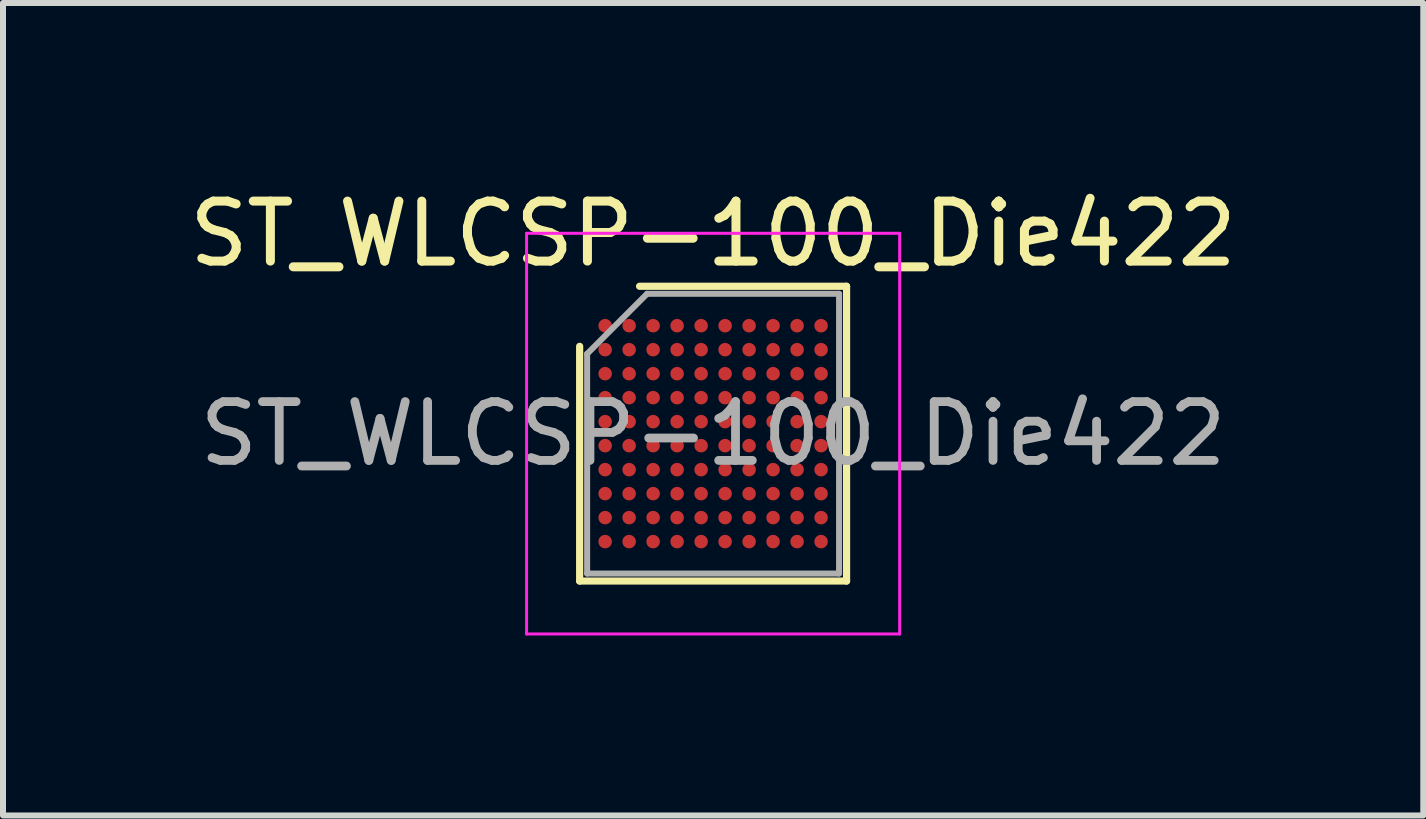
<source format=kicad_pcb>
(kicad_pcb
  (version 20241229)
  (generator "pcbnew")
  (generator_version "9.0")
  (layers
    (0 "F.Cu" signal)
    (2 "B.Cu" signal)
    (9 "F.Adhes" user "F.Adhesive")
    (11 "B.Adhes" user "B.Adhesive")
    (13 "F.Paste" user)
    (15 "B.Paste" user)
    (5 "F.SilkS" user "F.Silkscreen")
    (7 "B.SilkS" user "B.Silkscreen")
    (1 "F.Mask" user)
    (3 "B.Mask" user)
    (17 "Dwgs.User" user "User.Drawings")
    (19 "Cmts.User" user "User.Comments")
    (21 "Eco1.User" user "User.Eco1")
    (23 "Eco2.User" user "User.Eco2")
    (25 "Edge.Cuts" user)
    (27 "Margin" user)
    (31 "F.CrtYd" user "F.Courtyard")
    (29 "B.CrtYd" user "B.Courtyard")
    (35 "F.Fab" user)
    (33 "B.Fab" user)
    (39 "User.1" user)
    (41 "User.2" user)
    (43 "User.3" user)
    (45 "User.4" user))
  (footprint "ST_WLCSP-100_Die422"
    (layer "F.Cu")
    (at 8.839 4.18)
    (property "Reference" "ST_WLCSP-100_Die422" (at 0 -3.332 0) (layer "F.SilkS") (effects (font (size 1 1) (thickness 0.15))))
    (attr smd)
    (fp_line (start -2.225 2.457) (end -2.225 -1.456) (stroke (width 0.12) (type solid)) (layer "F.SilkS"))
    (fp_line (start -1.226 -2.457) (end 2.225 -2.457) (stroke (width 0.12) (type solid)) (layer "F.SilkS"))
    (fp_line (start 2.225 -2.457) (end 2.225 2.457) (stroke (width 0.12) (type solid)) (layer "F.SilkS"))
    (fp_line (start 2.225 2.457) (end -2.225 2.457) (stroke (width 0.12) (type solid)) (layer "F.SilkS"))
    (fp_line (start -3.11 -3.34) (end -3.11 3.34) (stroke (width 0.05) (type solid)) (layer "F.CrtYd"))
    (fp_line (start -3.11 3.34) (end 3.11 3.34) (stroke (width 0.05) (type solid)) (layer "F.CrtYd"))
    (fp_line (start 3.11 -3.34) (end -3.11 -3.34) (stroke (width 0.05) (type solid)) (layer "F.CrtYd"))
    (fp_line (start 3.11 3.34) (end 3.11 -3.34) (stroke (width 0.05) (type solid)) (layer "F.CrtYd"))
    (fp_line (start -2.1 -1.331) (end -1.101 -2.332) (stroke (width 0.1) (type solid)) (layer "F.Fab"))
    (fp_line (start -2.1 2.332) (end -2.1 -1.331) (stroke (width 0.1) (type solid)) (layer "F.Fab"))
    (fp_line (start -1.101 -2.332) (end 2.1 -2.332) (stroke (width 0.1) (type solid)) (layer "F.Fab"))
    (fp_line (start 2.1 -2.332) (end 2.1 2.332) (stroke (width 0.1) (type solid)) (layer "F.Fab"))
    (fp_line (start 2.1 2.332) (end -2.1 2.332) (stroke (width 0.1) (type solid)) (layer "F.Fab"))
    (fp_text user "${REFERENCE}" (at 0 0 0) (layer "F.Fab") (effects (font (size 0.98 0.98) (thickness 0.147))))
    (pad "A1" smd circle (at -1.8 -1.8) (size 0.225 0.225) (layers "F.Cu" "F.Mask" "F.Paste"))
    (pad "A2" smd circle (at -1.4 -1.8) (size 0.225 0.225) (layers "F.Cu" "F.Mask" "F.Paste"))
    (pad "A3" smd circle (at -1 -1.8) (size 0.225 0.225) (layers "F.Cu" "F.Mask" "F.Paste"))
    (pad "A4" smd circle (at -0.6 -1.8) (size 0.225 0.225) (layers "F.Cu" "F.Mask" "F.Paste"))
    (pad "A5" smd circle (at -0.2 -1.8) (size 0.225 0.225) (layers "F.Cu" "F.Mask" "F.Paste"))
    (pad "A6" smd circle (at 0.2 -1.8) (size 0.225 0.225) (layers "F.Cu" "F.Mask" "F.Paste"))
    (pad "A7" smd circle (at 0.6 -1.8) (size 0.225 0.225) (layers "F.Cu" "F.Mask" "F.Paste"))
    (pad "A8" smd circle (at 1 -1.8) (size 0.225 0.225) (layers "F.Cu" "F.Mask" "F.Paste"))
    (pad "A9" smd circle (at 1.4 -1.8) (size 0.225 0.225) (layers "F.Cu" "F.Mask" "F.Paste"))
    (pad "A10" smd circle (at 1.8 -1.8) (size 0.225 0.225) (layers "F.Cu" "F.Mask" "F.Paste"))
    (pad "B1" smd circle (at -1.8 -1.4) (size 0.225 0.225) (layers "F.Cu" "F.Mask" "F.Paste"))
    (pad "B2" smd circle (at -1.4 -1.4) (size 0.225 0.225) (layers "F.Cu" "F.Mask" "F.Paste"))
    (pad "B3" smd circle (at -1 -1.4) (size 0.225 0.225) (layers "F.Cu" "F.Mask" "F.Paste"))
    (pad "B4" smd circle (at -0.6 -1.4) (size 0.225 0.225) (layers "F.Cu" "F.Mask" "F.Paste"))
    (pad "B5" smd circle (at -0.2 -1.4) (size 0.225 0.225) (layers "F.Cu" "F.Mask" "F.Paste"))
    (pad "B6" smd circle (at 0.2 -1.4) (size 0.225 0.225) (layers "F.Cu" "F.Mask" "F.Paste"))
    (pad "B7" smd circle (at 0.6 -1.4) (size 0.225 0.225) (layers "F.Cu" "F.Mask" "F.Paste"))
    (pad "B8" smd circle (at 1 -1.4) (size 0.225 0.225) (layers "F.Cu" "F.Mask" "F.Paste"))
    (pad "B9" smd circle (at 1.4 -1.4) (size 0.225 0.225) (layers "F.Cu" "F.Mask" "F.Paste"))
    (pad "B10" smd circle (at 1.8 -1.4) (size 0.225 0.225) (layers "F.Cu" "F.Mask" "F.Paste"))
    (pad "C1" smd circle (at -1.8 -1) (size 0.225 0.225) (layers "F.Cu" "F.Mask" "F.Paste"))
    (pad "C2" smd circle (at -1.4 -1) (size 0.225 0.225) (layers "F.Cu" "F.Mask" "F.Paste"))
    (pad "C3" smd circle (at -1 -1) (size 0.225 0.225) (layers "F.Cu" "F.Mask" "F.Paste"))
    (pad "C4" smd circle (at -0.6 -1) (size 0.225 0.225) (layers "F.Cu" "F.Mask" "F.Paste"))
    (pad "C5" smd circle (at -0.2 -1) (size 0.225 0.225) (layers "F.Cu" "F.Mask" "F.Paste"))
    (pad "C6" smd circle (at 0.2 -1) (size 0.225 0.225) (layers "F.Cu" "F.Mask" "F.Paste"))
    (pad "C7" smd circle (at 0.6 -1) (size 0.225 0.225) (layers "F.Cu" "F.Mask" "F.Paste"))
    (pad "C8" smd circle (at 1 -1) (size 0.225 0.225) (layers "F.Cu" "F.Mask" "F.Paste"))
    (pad "C9" smd circle (at 1.4 -1) (size 0.225 0.225) (layers "F.Cu" "F.Mask" "F.Paste"))
    (pad "C10" smd circle (at 1.8 -1) (size 0.225 0.225) (layers "F.Cu" "F.Mask" "F.Paste"))
    (pad "D1" smd circle (at -1.8 -0.6) (size 0.225 0.225) (layers "F.Cu" "F.Mask" "F.Paste"))
    (pad "D2" smd circle (at -1.4 -0.6) (size 0.225 0.225) (layers "F.Cu" "F.Mask" "F.Paste"))
    (pad "D3" smd circle (at -1 -0.6) (size 0.225 0.225) (layers "F.Cu" "F.Mask" "F.Paste"))
    (pad "D4" smd circle (at -0.6 -0.6) (size 0.225 0.225) (layers "F.Cu" "F.Mask" "F.Paste"))
    (pad "D5" smd circle (at -0.2 -0.6) (size 0.225 0.225) (layers "F.Cu" "F.Mask" "F.Paste"))
    (pad "D6" smd circle (at 0.2 -0.6) (size 0.225 0.225) (layers "F.Cu" "F.Mask" "F.Paste"))
    (pad "D7" smd circle (at 0.6 -0.6) (size 0.225 0.225) (layers "F.Cu" "F.Mask" "F.Paste"))
    (pad "D8" smd circle (at 1 -0.6) (size 0.225 0.225) (layers "F.Cu" "F.Mask" "F.Paste"))
    (pad "D9" smd circle (at 1.4 -0.6) (size 0.225 0.225) (layers "F.Cu" "F.Mask" "F.Paste"))
    (pad "D10" smd circle (at 1.8 -0.6) (size 0.225 0.225) (layers "F.Cu" "F.Mask" "F.Paste"))
    (pad "E1" smd circle (at -1.8 -0.2) (size 0.225 0.225) (layers "F.Cu" "F.Mask" "F.Paste"))
    (pad "E2" smd circle (at -1.4 -0.2) (size 0.225 0.225) (layers "F.Cu" "F.Mask" "F.Paste"))
    (pad "E3" smd circle (at -1 -0.2) (size 0.225 0.225) (layers "F.Cu" "F.Mask" "F.Paste"))
    (pad "E4" smd circle (at -0.6 -0.2) (size 0.225 0.225) (layers "F.Cu" "F.Mask" "F.Paste"))
    (pad "E5" smd circle (at -0.2 -0.2) (size 0.225 0.225) (layers "F.Cu" "F.Mask" "F.Paste"))
    (pad "E6" smd circle (at 0.2 -0.2) (size 0.225 0.225) (layers "F.Cu" "F.Mask" "F.Paste"))
    (pad "E7" smd circle (at 0.6 -0.2) (size 0.225 0.225) (layers "F.Cu" "F.Mask" "F.Paste"))
    (pad "E8" smd circle (at 1 -0.2) (size 0.225 0.225) (layers "F.Cu" "F.Mask" "F.Paste"))
    (pad "E9" smd circle (at 1.4 -0.2) (size 0.225 0.225) (layers "F.Cu" "F.Mask" "F.Paste"))
    (pad "E10" smd circle (at 1.8 -0.2) (size 0.225 0.225) (layers "F.Cu" "F.Mask" "F.Paste"))
    (pad "F1" smd circle (at -1.8 0.2) (size 0.225 0.225) (layers "F.Cu" "F.Mask" "F.Paste"))
    (pad "F2" smd circle (at -1.4 0.2) (size 0.225 0.225) (layers "F.Cu" "F.Mask" "F.Paste"))
    (pad "F3" smd circle (at -1 0.2) (size 0.225 0.225) (layers "F.Cu" "F.Mask" "F.Paste"))
    (pad "F4" smd circle (at -0.6 0.2) (size 0.225 0.225) (layers "F.Cu" "F.Mask" "F.Paste"))
    (pad "F5" smd circle (at -0.2 0.2) (size 0.225 0.225) (layers "F.Cu" "F.Mask" "F.Paste"))
    (pad "F6" smd circle (at 0.2 0.2) (size 0.225 0.225) (layers "F.Cu" "F.Mask" "F.Paste"))
    (pad "F7" smd circle (at 0.6 0.2) (size 0.225 0.225) (layers "F.Cu" "F.Mask" "F.Paste"))
    (pad "F8" smd circle (at 1 0.2) (size 0.225 0.225) (layers "F.Cu" "F.Mask" "F.Paste"))
    (pad "F9" smd circle (at 1.4 0.2) (size 0.225 0.225) (layers "F.Cu" "F.Mask" "F.Paste"))
    (pad "F10" smd circle (at 1.8 0.2) (size 0.225 0.225) (layers "F.Cu" "F.Mask" "F.Paste"))
    (pad "G1" smd circle (at -1.8 0.6) (size 0.225 0.225) (layers "F.Cu" "F.Mask" "F.Paste"))
    (pad "G2" smd circle (at -1.4 0.6) (size 0.225 0.225) (layers "F.Cu" "F.Mask" "F.Paste"))
    (pad "G3" smd circle (at -1 0.6) (size 0.225 0.225) (layers "F.Cu" "F.Mask" "F.Paste"))
    (pad "G4" smd circle (at -0.6 0.6) (size 0.225 0.225) (layers "F.Cu" "F.Mask" "F.Paste"))
    (pad "G5" smd circle (at -0.2 0.6) (size 0.225 0.225) (layers "F.Cu" "F.Mask" "F.Paste"))
    (pad "G6" smd circle (at 0.2 0.6) (size 0.225 0.225) (layers "F.Cu" "F.Mask" "F.Paste"))
    (pad "G7" smd circle (at 0.6 0.6) (size 0.225 0.225) (layers "F.Cu" "F.Mask" "F.Paste"))
    (pad "G8" smd circle (at 1 0.6) (size 0.225 0.225) (layers "F.Cu" "F.Mask" "F.Paste"))
    (pad "G9" smd circle (at 1.4 0.6) (size 0.225 0.225) (layers "F.Cu" "F.Mask" "F.Paste"))
    (pad "G10" smd circle (at 1.8 0.6) (size 0.225 0.225) (layers "F.Cu" "F.Mask" "F.Paste"))
    (pad "H1" smd circle (at -1.8 1) (size 0.225 0.225) (layers "F.Cu" "F.Mask" "F.Paste"))
    (pad "H2" smd circle (at -1.4 1) (size 0.225 0.225) (layers "F.Cu" "F.Mask" "F.Paste"))
    (pad "H3" smd circle (at -1 1) (size 0.225 0.225) (layers "F.Cu" "F.Mask" "F.Paste"))
    (pad "H4" smd circle (at -0.6 1) (size 0.225 0.225) (layers "F.Cu" "F.Mask" "F.Paste"))
    (pad "H5" smd circle (at -0.2 1) (size 0.225 0.225) (layers "F.Cu" "F.Mask" "F.Paste"))
    (pad "H6" smd circle (at 0.2 1) (size 0.225 0.225) (layers "F.Cu" "F.Mask" "F.Paste"))
    (pad "H7" smd circle (at 0.6 1) (size 0.225 0.225) (layers "F.Cu" "F.Mask" "F.Paste"))
    (pad "H8" smd circle (at 1 1) (size 0.225 0.225) (layers "F.Cu" "F.Mask" "F.Paste"))
    (pad "H9" smd circle (at 1.4 1) (size 0.225 0.225) (layers "F.Cu" "F.Mask" "F.Paste"))
    (pad "H10" smd circle (at 1.8 1) (size 0.225 0.225) (layers "F.Cu" "F.Mask" "F.Paste"))
    (pad "J1" smd circle (at -1.8 1.4) (size 0.225 0.225) (layers "F.Cu" "F.Mask" "F.Paste"))
    (pad "J2" smd circle (at -1.4 1.4) (size 0.225 0.225) (layers "F.Cu" "F.Mask" "F.Paste"))
    (pad "J3" smd circle (at -1 1.4) (size 0.225 0.225) (layers "F.Cu" "F.Mask" "F.Paste"))
    (pad "J4" smd circle (at -0.6 1.4) (size 0.225 0.225) (layers "F.Cu" "F.Mask" "F.Paste"))
    (pad "J5" smd circle (at -0.2 1.4) (size 0.225 0.225) (layers "F.Cu" "F.Mask" "F.Paste"))
    (pad "J6" smd circle (at 0.2 1.4) (size 0.225 0.225) (layers "F.Cu" "F.Mask" "F.Paste"))
    (pad "J7" smd circle (at 0.6 1.4) (size 0.225 0.225) (layers "F.Cu" "F.Mask" "F.Paste"))
    (pad "J8" smd circle (at 1 1.4) (size 0.225 0.225) (layers "F.Cu" "F.Mask" "F.Paste"))
    (pad "J9" smd circle (at 1.4 1.4) (size 0.225 0.225) (layers "F.Cu" "F.Mask" "F.Paste"))
    (pad "J10" smd circle (at 1.8 1.4) (size 0.225 0.225) (layers "F.Cu" "F.Mask" "F.Paste"))
    (pad "K1" smd circle (at -1.8 1.8) (size 0.225 0.225) (layers "F.Cu" "F.Mask" "F.Paste"))
    (pad "K2" smd circle (at -1.4 1.8) (size 0.225 0.225) (layers "F.Cu" "F.Mask" "F.Paste"))
    (pad "K3" smd circle (at -1 1.8) (size 0.225 0.225) (layers "F.Cu" "F.Mask" "F.Paste"))
    (pad "K4" smd circle (at -0.6 1.8) (size 0.225 0.225) (layers "F.Cu" "F.Mask" "F.Paste"))
    (pad "K5" smd circle (at -0.2 1.8) (size 0.225 0.225) (layers "F.Cu" "F.Mask" "F.Paste"))
    (pad "K6" smd circle (at 0.2 1.8) (size 0.225 0.225) (layers "F.Cu" "F.Mask" "F.Paste"))
    (pad "K7" smd circle (at 0.6 1.8) (size 0.225 0.225) (layers "F.Cu" "F.Mask" "F.Paste"))
    (pad "K8" smd circle (at 1 1.8) (size 0.225 0.225) (layers "F.Cu" "F.Mask" "F.Paste"))
    (pad "K9" smd circle (at 1.4 1.8) (size 0.225 0.225) (layers "F.Cu" "F.Mask" "F.Paste"))
    (pad "K10" smd circle (at 1.8 1.8) (size 0.225 0.225) (layers "F.Cu" "F.Mask" "F.Paste")))
  (gr_rect
    (start -3 -3)
    (end 20.679 10.545)
    (stroke (width 0.1) (type default))
    (fill no)
    (layer "Edge.Cuts")))
</source>
